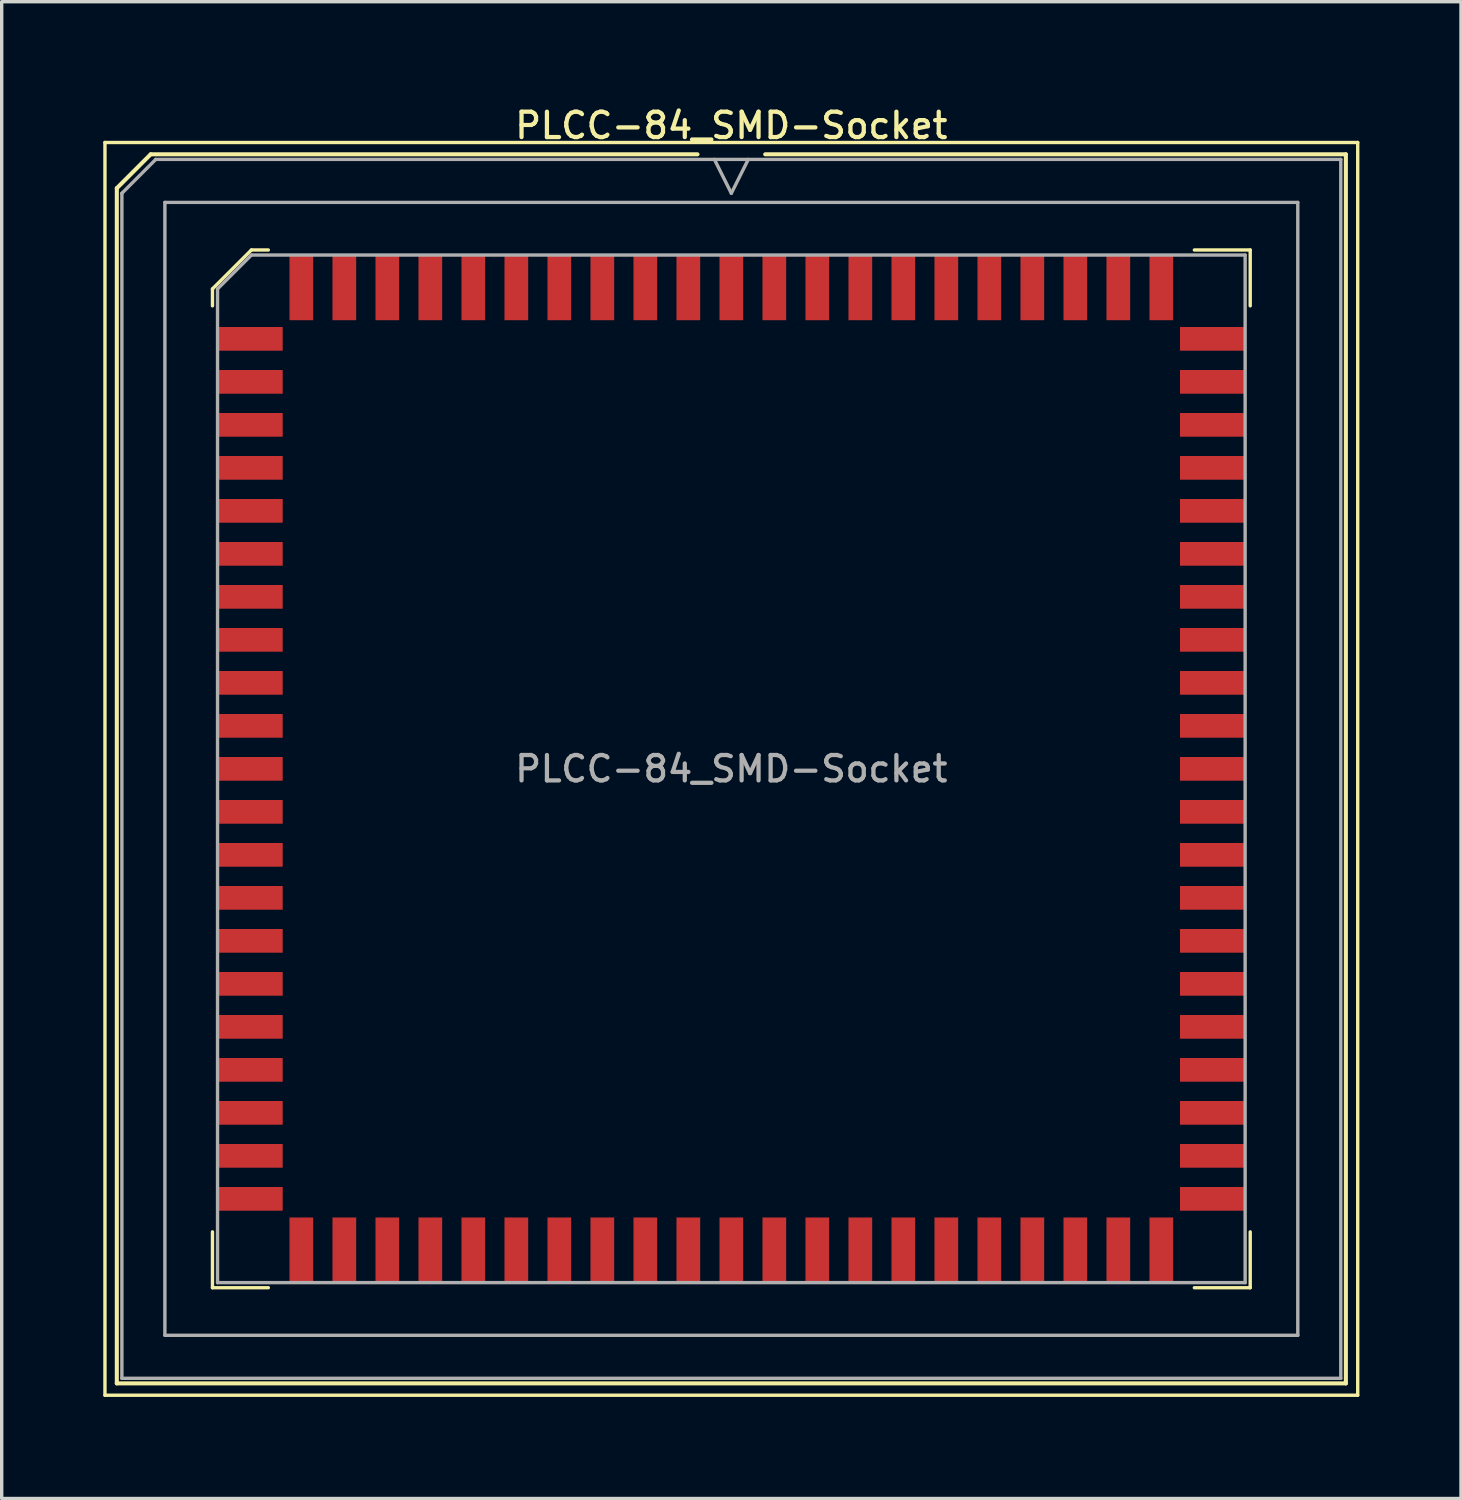
<source format=kicad_pcb>
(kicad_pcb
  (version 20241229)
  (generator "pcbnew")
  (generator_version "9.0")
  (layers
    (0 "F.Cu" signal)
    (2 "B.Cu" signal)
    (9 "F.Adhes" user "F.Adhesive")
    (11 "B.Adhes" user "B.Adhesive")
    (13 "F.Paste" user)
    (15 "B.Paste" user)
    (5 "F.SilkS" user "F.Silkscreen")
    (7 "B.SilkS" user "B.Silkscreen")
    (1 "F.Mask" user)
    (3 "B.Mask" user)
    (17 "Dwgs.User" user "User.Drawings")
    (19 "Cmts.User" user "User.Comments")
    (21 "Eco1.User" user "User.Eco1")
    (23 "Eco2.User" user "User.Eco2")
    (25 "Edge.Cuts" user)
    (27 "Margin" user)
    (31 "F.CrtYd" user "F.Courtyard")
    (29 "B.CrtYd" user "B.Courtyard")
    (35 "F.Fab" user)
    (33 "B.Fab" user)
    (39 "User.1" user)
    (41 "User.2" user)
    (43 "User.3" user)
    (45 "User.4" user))
  (footprint "PLCC-84_SMD-Socket"
    (layer "F.Cu")
    (at 18.55 19.658)
    (property "Reference" "PLCC-84_SMD-Socket" (at 0 -19 0) (layer "F.SilkS") (effects (font (size 0.75 0.75) (thickness 0.125))))
    (attr smd)
    (fp_line (start -18.5 -18.5) (end -18.5 18.5) (stroke (width 0.1) (type solid)) (layer "F.SilkS"))
    (fp_line (start -18.5 18.5) (end 18.5 18.5) (stroke (width 0.1) (type solid)) (layer "F.SilkS"))
    (fp_line (start -18.15 -17.15) (end -18.15 18.15) (stroke (width 0.12) (type solid)) (layer "F.SilkS"))
    (fp_line (start -18.15 18.15) (end 18.15 18.15) (stroke (width 0.12) (type solid)) (layer "F.SilkS"))
    (fp_line (start -17.15 -18.15) (end -18.15 -17.15) (stroke (width 0.12) (type solid)) (layer "F.SilkS"))
    (fp_line (start -15.325 -14.175) (end -15.325 -13.675) (stroke (width 0.1) (type solid)) (layer "F.SilkS"))
    (fp_line (start -15.325 15.325) (end -15.325 13.675) (stroke (width 0.1) (type solid)) (layer "F.SilkS"))
    (fp_line (start -14.175 -15.325) (end -15.325 -14.175) (stroke (width 0.1) (type solid)) (layer "F.SilkS"))
    (fp_line (start -13.675 -15.325) (end -14.175 -15.325) (stroke (width 0.1) (type solid)) (layer "F.SilkS"))
    (fp_line (start -13.675 15.325) (end -15.325 15.325) (stroke (width 0.1) (type solid)) (layer "F.SilkS"))
    (fp_line (start -1 -18.15) (end -17.15 -18.15) (stroke (width 0.12) (type solid)) (layer "F.SilkS"))
    (fp_line (start 13.675 -15.325) (end 15.325 -15.325) (stroke (width 0.1) (type solid)) (layer "F.SilkS"))
    (fp_line (start 13.675 15.325) (end 15.325 15.325) (stroke (width 0.1) (type solid)) (layer "F.SilkS"))
    (fp_line (start 15.325 -15.325) (end 15.325 -13.675) (stroke (width 0.1) (type solid)) (layer "F.SilkS"))
    (fp_line (start 15.325 15.325) (end 15.325 13.675) (stroke (width 0.1) (type solid)) (layer "F.SilkS"))
    (fp_line (start 18.15 -18.15) (end 1 -18.15) (stroke (width 0.12) (type solid)) (layer "F.SilkS"))
    (fp_line (start 18.15 18.15) (end 18.15 -18.15) (stroke (width 0.12) (type solid)) (layer "F.SilkS"))
    (fp_line (start 18.5 -18.5) (end -18.5 -18.5) (stroke (width 0.1) (type solid)) (layer "F.SilkS"))
    (fp_line (start 18.5 18.5) (end 18.5 -18.5) (stroke (width 0.1) (type solid)) (layer "F.SilkS"))
    (fp_line (start -18 -17) (end -18 18) (stroke (width 0.1) (type solid)) (layer "F.Fab"))
    (fp_line (start -18 18) (end 18 18) (stroke (width 0.1) (type solid)) (layer "F.Fab"))
    (fp_line (start -17 -18) (end -18 -17) (stroke (width 0.1) (type solid)) (layer "F.Fab"))
    (fp_line (start -16.73 -16.73) (end -16.73 16.73) (stroke (width 0.1) (type solid)) (layer "F.Fab"))
    (fp_line (start -16.73 16.73) (end 16.73 16.73) (stroke (width 0.1) (type solid)) (layer "F.Fab"))
    (fp_line (start -15.175 -14.175) (end -15.175 15.175) (stroke (width 0.1) (type solid)) (layer "F.Fab"))
    (fp_line (start -15.175 15.175) (end 15.175 15.175) (stroke (width 0.1) (type solid)) (layer "F.Fab"))
    (fp_line (start -14.175 -15.175) (end -15.175 -14.175) (stroke (width 0.1) (type solid)) (layer "F.Fab"))
    (fp_line (start -0.5 -18) (end 0 -17) (stroke (width 0.1) (type solid)) (layer "F.Fab"))
    (fp_line (start 0 -17) (end 0.5 -18) (stroke (width 0.1) (type solid)) (layer "F.Fab"))
    (fp_line (start 15.175 -15.175) (end -14.175 -15.175) (stroke (width 0.1) (type solid)) (layer "F.Fab"))
    (fp_line (start 15.175 15.175) (end 15.175 -15.175) (stroke (width 0.1) (type solid)) (layer "F.Fab"))
    (fp_line (start 16.73 -16.73) (end -16.73 -16.73) (stroke (width 0.1) (type solid)) (layer "F.Fab"))
    (fp_line (start 16.73 16.73) (end 16.73 -16.73) (stroke (width 0.1) (type solid)) (layer "F.Fab"))
    (fp_line (start 18 -18) (end -17 -18) (stroke (width 0.1) (type solid)) (layer "F.Fab"))
    (fp_line (start 18 18) (end 18 -18) (stroke (width 0.1) (type solid)) (layer "F.Fab"))
    (fp_text user "${REFERENCE}" (at 0 0 0) (layer "F.Fab") (effects (font (size 0.75 0.75) (thickness 0.125))))
    (pad "1" smd rect (at 0 -14.213) (size 0.7 1.925) (layers "F.Cu" "F.Mask" "F.Paste"))
    (pad "2" smd rect (at -1.27 -14.213) (size 0.7 1.925) (layers "F.Cu" "F.Mask" "F.Paste"))
    (pad "3" smd rect (at -2.54 -14.213) (size 0.7 1.925) (layers "F.Cu" "F.Mask" "F.Paste"))
    (pad "4" smd rect (at -3.81 -14.213) (size 0.7 1.925) (layers "F.Cu" "F.Mask" "F.Paste"))
    (pad "5" smd rect (at -5.08 -14.213) (size 0.7 1.925) (layers "F.Cu" "F.Mask" "F.Paste"))
    (pad "6" smd rect (at -6.35 -14.213) (size 0.7 1.925) (layers "F.Cu" "F.Mask" "F.Paste"))
    (pad "7" smd rect (at -7.62 -14.213) (size 0.7 1.925) (layers "F.Cu" "F.Mask" "F.Paste"))
    (pad "8" smd rect (at -8.89 -14.213) (size 0.7 1.925) (layers "F.Cu" "F.Mask" "F.Paste"))
    (pad "9" smd rect (at -10.16 -14.213) (size 0.7 1.925) (layers "F.Cu" "F.Mask" "F.Paste"))
    (pad "10" smd rect (at -11.43 -14.213) (size 0.7 1.925) (layers "F.Cu" "F.Mask" "F.Paste"))
    (pad "11" smd rect (at -12.7 -14.213) (size 0.7 1.925) (layers "F.Cu" "F.Mask" "F.Paste"))
    (pad "12" smd rect (at -14.213 -12.7) (size 1.925 0.7) (layers "F.Cu" "F.Mask" "F.Paste"))
    (pad "13" smd rect (at -14.213 -11.43) (size 1.925 0.7) (layers "F.Cu" "F.Mask" "F.Paste"))
    (pad "14" smd rect (at -14.213 -10.16) (size 1.925 0.7) (layers "F.Cu" "F.Mask" "F.Paste"))
    (pad "15" smd rect (at -14.213 -8.89) (size 1.925 0.7) (layers "F.Cu" "F.Mask" "F.Paste"))
    (pad "16" smd rect (at -14.213 -7.62) (size 1.925 0.7) (layers "F.Cu" "F.Mask" "F.Paste"))
    (pad "17" smd rect (at -14.213 -6.35) (size 1.925 0.7) (layers "F.Cu" "F.Mask" "F.Paste"))
    (pad "18" smd rect (at -14.213 -5.08) (size 1.925 0.7) (layers "F.Cu" "F.Mask" "F.Paste"))
    (pad "19" smd rect (at -14.213 -3.81) (size 1.925 0.7) (layers "F.Cu" "F.Mask" "F.Paste"))
    (pad "20" smd rect (at -14.213 -2.54) (size 1.925 0.7) (layers "F.Cu" "F.Mask" "F.Paste"))
    (pad "21" smd rect (at -14.213 -1.27) (size 1.925 0.7) (layers "F.Cu" "F.Mask" "F.Paste"))
    (pad "22" smd rect (at -14.213 0) (size 1.925 0.7) (layers "F.Cu" "F.Mask" "F.Paste"))
    (pad "23" smd rect (at -14.213 1.27) (size 1.925 0.7) (layers "F.Cu" "F.Mask" "F.Paste"))
    (pad "24" smd rect (at -14.213 2.54) (size 1.925 0.7) (layers "F.Cu" "F.Mask" "F.Paste"))
    (pad "25" smd rect (at -14.213 3.81) (size 1.925 0.7) (layers "F.Cu" "F.Mask" "F.Paste"))
    (pad "26" smd rect (at -14.213 5.08) (size 1.925 0.7) (layers "F.Cu" "F.Mask" "F.Paste"))
    (pad "27" smd rect (at -14.213 6.35) (size 1.925 0.7) (layers "F.Cu" "F.Mask" "F.Paste"))
    (pad "28" smd rect (at -14.213 7.62) (size 1.925 0.7) (layers "F.Cu" "F.Mask" "F.Paste"))
    (pad "29" smd rect (at -14.213 8.89) (size 1.925 0.7) (layers "F.Cu" "F.Mask" "F.Paste"))
    (pad "30" smd rect (at -14.213 10.16) (size 1.925 0.7) (layers "F.Cu" "F.Mask" "F.Paste"))
    (pad "31" smd rect (at -14.213 11.43) (size 1.925 0.7) (layers "F.Cu" "F.Mask" "F.Paste"))
    (pad "32" smd rect (at -14.213 12.7) (size 1.925 0.7) (layers "F.Cu" "F.Mask" "F.Paste"))
    (pad "33" smd rect (at -12.7 14.213) (size 0.7 1.925) (layers "F.Cu" "F.Mask" "F.Paste"))
    (pad "34" smd rect (at -11.43 14.213) (size 0.7 1.925) (layers "F.Cu" "F.Mask" "F.Paste"))
    (pad "35" smd rect (at -10.16 14.213) (size 0.7 1.925) (layers "F.Cu" "F.Mask" "F.Paste"))
    (pad "36" smd rect (at -8.89 14.213) (size 0.7 1.925) (layers "F.Cu" "F.Mask" "F.Paste"))
    (pad "37" smd rect (at -7.62 14.213) (size 0.7 1.925) (layers "F.Cu" "F.Mask" "F.Paste"))
    (pad "38" smd rect (at -6.35 14.213) (size 0.7 1.925) (layers "F.Cu" "F.Mask" "F.Paste"))
    (pad "39" smd rect (at -5.08 14.213) (size 0.7 1.925) (layers "F.Cu" "F.Mask" "F.Paste"))
    (pad "40" smd rect (at -3.81 14.213) (size 0.7 1.925) (layers "F.Cu" "F.Mask" "F.Paste"))
    (pad "41" smd rect (at -2.54 14.213) (size 0.7 1.925) (layers "F.Cu" "F.Mask" "F.Paste"))
    (pad "42" smd rect (at -1.27 14.213) (size 0.7 1.925) (layers "F.Cu" "F.Mask" "F.Paste"))
    (pad "43" smd rect (at 0 14.213) (size 0.7 1.925) (layers "F.Cu" "F.Mask" "F.Paste"))
    (pad "44" smd rect (at 1.27 14.213) (size 0.7 1.925) (layers "F.Cu" "F.Mask" "F.Paste"))
    (pad "45" smd rect (at 2.54 14.213) (size 0.7 1.925) (layers "F.Cu" "F.Mask" "F.Paste"))
    (pad "46" smd rect (at 3.81 14.213) (size 0.7 1.925) (layers "F.Cu" "F.Mask" "F.Paste"))
    (pad "47" smd rect (at 5.08 14.213) (size 0.7 1.925) (layers "F.Cu" "F.Mask" "F.Paste"))
    (pad "48" smd rect (at 6.35 14.213) (size 0.7 1.925) (layers "F.Cu" "F.Mask" "F.Paste"))
    (pad "49" smd rect (at 7.62 14.213) (size 0.7 1.925) (layers "F.Cu" "F.Mask" "F.Paste"))
    (pad "50" smd rect (at 8.89 14.213) (size 0.7 1.925) (layers "F.Cu" "F.Mask" "F.Paste"))
    (pad "51" smd rect (at 10.16 14.213) (size 0.7 1.925) (layers "F.Cu" "F.Mask" "F.Paste"))
    (pad "52" smd rect (at 11.43 14.213) (size 0.7 1.925) (layers "F.Cu" "F.Mask" "F.Paste"))
    (pad "53" smd rect (at 12.7 14.213) (size 0.7 1.925) (layers "F.Cu" "F.Mask" "F.Paste"))
    (pad "54" smd rect (at 14.213 12.7) (size 1.925 0.7) (layers "F.Cu" "F.Mask" "F.Paste"))
    (pad "55" smd rect (at 14.213 11.43) (size 1.925 0.7) (layers "F.Cu" "F.Mask" "F.Paste"))
    (pad "56" smd rect (at 14.213 10.16) (size 1.925 0.7) (layers "F.Cu" "F.Mask" "F.Paste"))
    (pad "57" smd rect (at 14.213 8.89) (size 1.925 0.7) (layers "F.Cu" "F.Mask" "F.Paste"))
    (pad "58" smd rect (at 14.213 7.62) (size 1.925 0.7) (layers "F.Cu" "F.Mask" "F.Paste"))
    (pad "59" smd rect (at 14.213 6.35) (size 1.925 0.7) (layers "F.Cu" "F.Mask" "F.Paste"))
    (pad "60" smd rect (at 14.213 5.08) (size 1.925 0.7) (layers "F.Cu" "F.Mask" "F.Paste"))
    (pad "61" smd rect (at 14.213 3.81) (size 1.925 0.7) (layers "F.Cu" "F.Mask" "F.Paste"))
    (pad "62" smd rect (at 14.213 2.54) (size 1.925 0.7) (layers "F.Cu" "F.Mask" "F.Paste"))
    (pad "63" smd rect (at 14.213 1.27) (size 1.925 0.7) (layers "F.Cu" "F.Mask" "F.Paste"))
    (pad "64" smd rect (at 14.213 0) (size 1.925 0.7) (layers "F.Cu" "F.Mask" "F.Paste"))
    (pad "65" smd rect (at 14.213 -1.27) (size 1.925 0.7) (layers "F.Cu" "F.Mask" "F.Paste"))
    (pad "66" smd rect (at 14.213 -2.54) (size 1.925 0.7) (layers "F.Cu" "F.Mask" "F.Paste"))
    (pad "67" smd rect (at 14.213 -3.81) (size 1.925 0.7) (layers "F.Cu" "F.Mask" "F.Paste"))
    (pad "68" smd rect (at 14.213 -5.08) (size 1.925 0.7) (layers "F.Cu" "F.Mask" "F.Paste"))
    (pad "69" smd rect (at 14.213 -6.35) (size 1.925 0.7) (layers "F.Cu" "F.Mask" "F.Paste"))
    (pad "70" smd rect (at 14.213 -7.62) (size 1.925 0.7) (layers "F.Cu" "F.Mask" "F.Paste"))
    (pad "71" smd rect (at 14.213 -8.89) (size 1.925 0.7) (layers "F.Cu" "F.Mask" "F.Paste"))
    (pad "72" smd rect (at 14.213 -10.16) (size 1.925 0.7) (layers "F.Cu" "F.Mask" "F.Paste"))
    (pad "73" smd rect (at 14.213 -11.43) (size 1.925 0.7) (layers "F.Cu" "F.Mask" "F.Paste"))
    (pad "74" smd rect (at 14.213 -12.7) (size 1.925 0.7) (layers "F.Cu" "F.Mask" "F.Paste"))
    (pad "75" smd rect (at 12.7 -14.213) (size 0.7 1.925) (layers "F.Cu" "F.Mask" "F.Paste"))
    (pad "76" smd rect (at 11.43 -14.213) (size 0.7 1.925) (layers "F.Cu" "F.Mask" "F.Paste"))
    (pad "77" smd rect (at 10.16 -14.213) (size 0.7 1.925) (layers "F.Cu" "F.Mask" "F.Paste"))
    (pad "78" smd rect (at 8.89 -14.213) (size 0.7 1.925) (layers "F.Cu" "F.Mask" "F.Paste"))
    (pad "79" smd rect (at 7.62 -14.213) (size 0.7 1.925) (layers "F.Cu" "F.Mask" "F.Paste"))
    (pad "80" smd rect (at 6.35 -14.213) (size 0.7 1.925) (layers "F.Cu" "F.Mask" "F.Paste"))
    (pad "81" smd rect (at 5.08 -14.213) (size 0.7 1.925) (layers "F.Cu" "F.Mask" "F.Paste"))
    (pad "82" smd rect (at 3.81 -14.213) (size 0.7 1.925) (layers "F.Cu" "F.Mask" "F.Paste"))
    (pad "83" smd rect (at 2.54 -14.213) (size 0.7 1.925) (layers "F.Cu" "F.Mask" "F.Paste"))
    (pad "84" smd rect (at 1.27 -14.213) (size 0.7 1.925) (layers "F.Cu" "F.Mask" "F.Paste")))
  (gr_rect
    (start -3 -3)
    (end 40.1 41.208)
    (stroke (width 0.1) (type default))
    (fill no)
    (layer "Edge.Cuts")))
</source>
